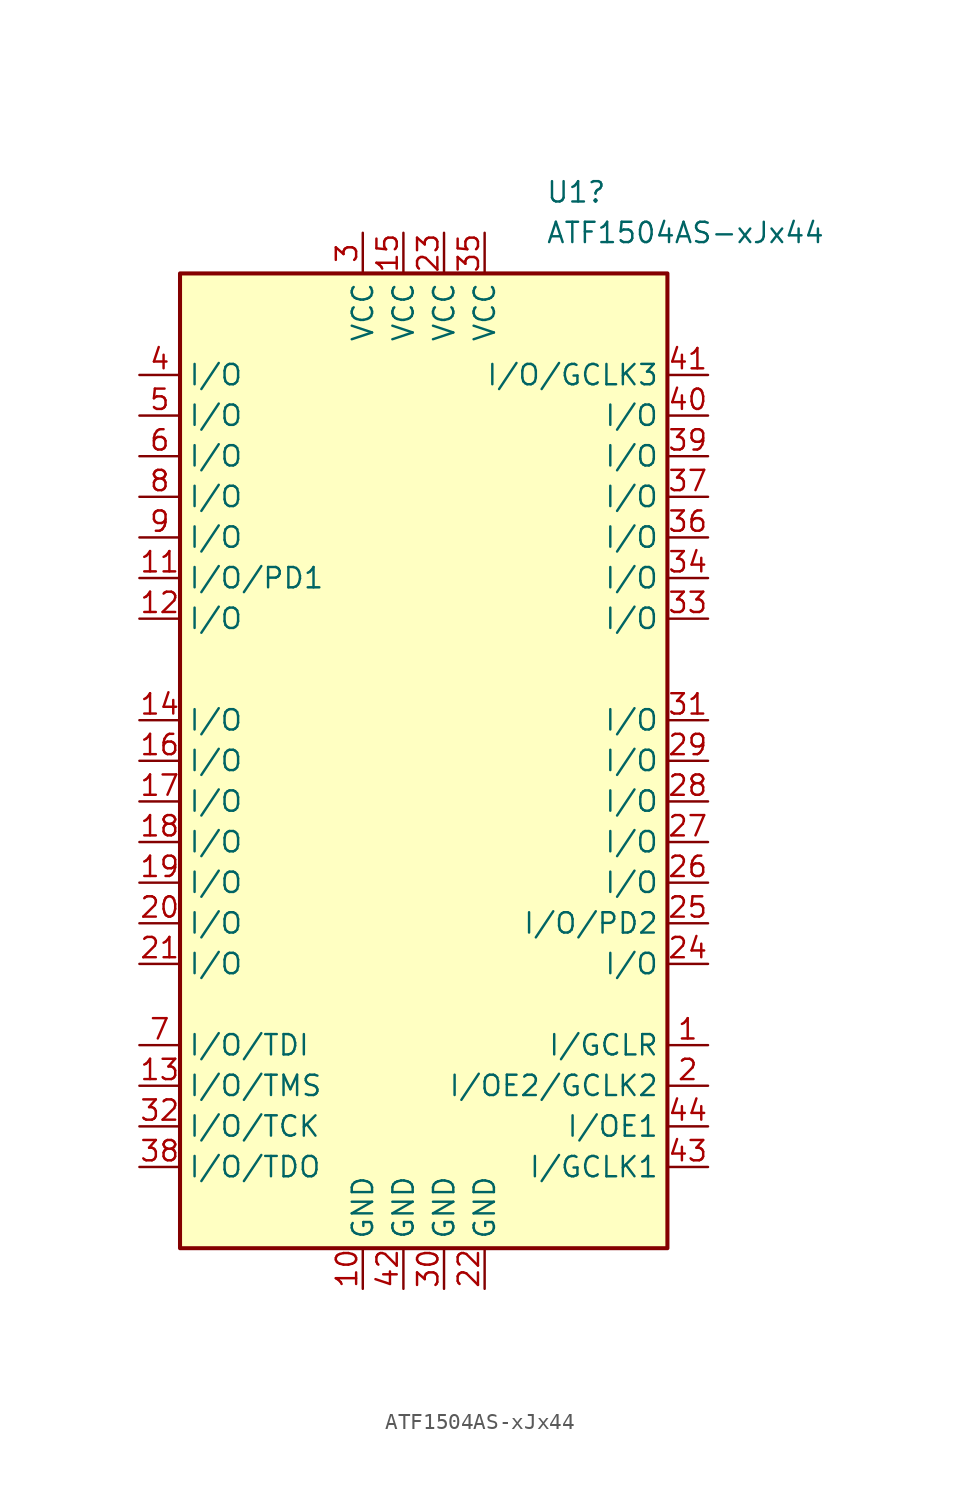
<source format=kicad_sym>
(kicad_symbol_lib
  (version 20231120)
  (generator "kicad_symbol_editor")
  (generator_version "8.0")
  (symbol "ATF1504AS-xJx44"
    (property "Reference" "U1"
      (at 7.62 27.94 0)
      (effects (font (size 1.27 1.27)) (justify left)))
    (property "Value" "ATF1504AS-xJx44"
      (at 7.62 25.4 0)
      (effects (font (size 1.27 1.27)) (justify left)))
    (symbol "ATF1504AS-xJx44_0_1"
      (rectangle (start -15.24 22.86) (end 15.24 -38.1) (stroke (width 0.254) (type default)) (fill (type background))))
    (symbol "ATF1504AS-xJx44_1_1"
      (pin input line (at 17.78 -25.4 180) (length 2.54) (name "I/GCLR" (effects (font (size 1.27 1.27)))) (number "1" (effects (font (size 1.27 1.27)))))
      (pin power_in line (at -3.81 -40.64 90) (length 2.54) (name "GND" (effects (font (size 1.27 1.27)))) (number "10" (effects (font (size 1.27 1.27)))))
      (pin bidirectional line (at -17.78 3.81 0) (length 2.54) (name "I/O/PD1" (effects (font (size 1.27 1.27)))) (number "11" (effects (font (size 1.27 1.27)))))
      (pin bidirectional line (at -17.78 1.27 0) (length 2.54) (name "I/O" (effects (font (size 1.27 1.27)))) (number "12" (effects (font (size 1.27 1.27)))))
      (pin bidirectional line (at -17.78 -27.94 0) (length 2.54) (name "I/O/TMS" (effects (font (size 1.27 1.27)))) (number "13" (effects (font (size 1.27 1.27)))))
      (pin bidirectional line (at -17.78 -5.08 0) (length 2.54) (name "I/O" (effects (font (size 1.27 1.27)))) (number "14" (effects (font (size 1.27 1.27)))))
      (pin power_in line (at -1.27 25.4 270) (length 2.54) (name "VCC" (effects (font (size 1.27 1.27)))) (number "15" (effects (font (size 1.27 1.27)))))
      (pin bidirectional line (at -17.78 -7.62 0) (length 2.54) (name "I/O" (effects (font (size 1.27 1.27)))) (number "16" (effects (font (size 1.27 1.27)))))
      (pin bidirectional line (at -17.78 -10.16 0) (length 2.54) (name "I/O" (effects (font (size 1.27 1.27)))) (number "17" (effects (font (size 1.27 1.27)))))
      (pin bidirectional line (at -17.78 -12.7 0) (length 2.54) (name "I/O" (effects (font (size 1.27 1.27)))) (number "18" (effects (font (size 1.27 1.27)))))
      (pin bidirectional line (at -17.78 -15.24 0) (length 2.54) (name "I/O" (effects (font (size 1.27 1.27)))) (number "19" (effects (font (size 1.27 1.27)))))
      (pin input line (at 17.78 -27.94 180) (length 2.54) (name "I/OE2/GCLK2" (effects (font (size 1.27 1.27)))) (number "2" (effects (font (size 1.27 1.27)))))
      (pin bidirectional line (at -17.78 -17.78 0) (length 2.54) (name "I/O" (effects (font (size 1.27 1.27)))) (number "20" (effects (font (size 1.27 1.27)))))
      (pin bidirectional line (at -17.78 -20.32 0) (length 2.54) (name "I/O" (effects (font (size 1.27 1.27)))) (number "21" (effects (font (size 1.27 1.27)))))
      (pin power_in line (at 3.81 -40.64 90) (length 2.54) (name "GND" (effects (font (size 1.27 1.27)))) (number "22" (effects (font (size 1.27 1.27)))))
      (pin power_in line (at 1.27 25.4 270) (length 2.54) (name "VCC" (effects (font (size 1.27 1.27)))) (number "23" (effects (font (size 1.27 1.27)))))
      (pin bidirectional line (at 17.78 -20.32 180) (length 2.54) (name "I/O" (effects (font (size 1.27 1.27)))) (number "24" (effects (font (size 1.27 1.27)))))
      (pin bidirectional line (at 17.78 -17.78 180) (length 2.54) (name "I/O/PD2" (effects (font (size 1.27 1.27)))) (number "25" (effects (font (size 1.27 1.27)))))
      (pin bidirectional line (at 17.78 -15.24 180) (length 2.54) (name "I/O" (effects (font (size 1.27 1.27)))) (number "26" (effects (font (size 1.27 1.27)))))
      (pin bidirectional line (at 17.78 -12.7 180) (length 2.54) (name "I/O" (effects (font (size 1.27 1.27)))) (number "27" (effects (font (size 1.27 1.27)))))
      (pin bidirectional line (at 17.78 -10.16 180) (length 2.54) (name "I/O" (effects (font (size 1.27 1.27)))) (number "28" (effects (font (size 1.27 1.27)))))
      (pin bidirectional line (at 17.78 -7.62 180) (length 2.54) (name "I/O" (effects (font (size 1.27 1.27)))) (number "29" (effects (font (size 1.27 1.27)))))
      (pin power_in line (at -3.81 25.4 270) (length 2.54) (name "VCC" (effects (font (size 1.27 1.27)))) (number "3" (effects (font (size 1.27 1.27)))))
      (pin power_in line (at 1.27 -40.64 90) (length 2.54) (name "GND" (effects (font (size 1.27 1.27)))) (number "30" (effects (font (size 1.27 1.27)))))
      (pin bidirectional line (at 17.78 -5.08 180) (length 2.54) (name "I/O" (effects (font (size 1.27 1.27)))) (number "31" (effects (font (size 1.27 1.27)))))
      (pin bidirectional line (at -17.78 -30.48 0) (length 2.54) (name "I/O/TCK" (effects (font (size 1.27 1.27)))) (number "32" (effects (font (size 1.27 1.27)))))
      (pin bidirectional line (at 17.78 1.27 180) (length 2.54) (name "I/O" (effects (font (size 1.27 1.27)))) (number "33" (effects (font (size 1.27 1.27)))))
      (pin bidirectional line (at 17.78 3.81 180) (length 2.54) (name "I/O" (effects (font (size 1.27 1.27)))) (number "34" (effects (font (size 1.27 1.27)))))
      (pin power_in line (at 3.81 25.4 270) (length 2.54) (name "VCC" (effects (font (size 1.27 1.27)))) (number "35" (effects (font (size 1.27 1.27)))))
      (pin bidirectional line (at 17.78 6.35 180) (length 2.54) (name "I/O" (effects (font (size 1.27 1.27)))) (number "36" (effects (font (size 1.27 1.27)))))
      (pin bidirectional line (at 17.78 8.89 180) (length 2.54) (name "I/O" (effects (font (size 1.27 1.27)))) (number "37" (effects (font (size 1.27 1.27)))))
      (pin bidirectional line (at -17.78 -33.02 0) (length 2.54) (name "I/O/TDO" (effects (font (size 1.27 1.27)))) (number "38" (effects (font (size 1.27 1.27)))))
      (pin bidirectional line (at 17.78 11.43 180) (length 2.54) (name "I/O" (effects (font (size 1.27 1.27)))) (number "39" (effects (font (size 1.27 1.27)))))
      (pin bidirectional line (at -17.78 16.51 0) (length 2.54) (name "I/O" (effects (font (size 1.27 1.27)))) (number "4" (effects (font (size 1.27 1.27)))))
      (pin bidirectional line (at 17.78 13.97 180) (length 2.54) (name "I/O" (effects (font (size 1.27 1.27)))) (number "40" (effects (font (size 1.27 1.27)))))
      (pin bidirectional line (at 17.78 16.51 180) (length 2.54) (name "I/O/GCLK3" (effects (font (size 1.27 1.27)))) (number "41" (effects (font (size 1.27 1.27)))))
      (pin power_in line (at -1.27 -40.64 90) (length 2.54) (name "GND" (effects (font (size 1.27 1.27)))) (number "42" (effects (font (size 1.27 1.27)))))
      (pin input line (at 17.78 -33.02 180) (length 2.54) (name "I/GCLK1" (effects (font (size 1.27 1.27)))) (number "43" (effects (font (size 1.27 1.27)))))
      (pin input line (at 17.78 -30.48 180) (length 2.54) (name "I/OE1" (effects (font (size 1.27 1.27)))) (number "44" (effects (font (size 1.27 1.27)))))
      (pin bidirectional line (at -17.78 13.97 0) (length 2.54) (name "I/O" (effects (font (size 1.27 1.27)))) (number "5" (effects (font (size 1.27 1.27)))))
      (pin bidirectional line (at -17.78 11.43 0) (length 2.54) (name "I/O" (effects (font (size 1.27 1.27)))) (number "6" (effects (font (size 1.27 1.27)))))
      (pin bidirectional line (at -17.78 -25.4 0) (length 2.54) (name "I/O/TDI" (effects (font (size 1.27 1.27)))) (number "7" (effects (font (size 1.27 1.27)))))
      (pin bidirectional line (at -17.78 8.89 0) (length 2.54) (name "I/O" (effects (font (size 1.27 1.27)))) (number "8" (effects (font (size 1.27 1.27)))))
      (pin bidirectional line (at -17.78 6.35 0) (length 2.54) (name "I/O" (effects (font (size 1.27 1.27)))) (number "9" (effects (font (size 1.27 1.27))))))))
</source>
